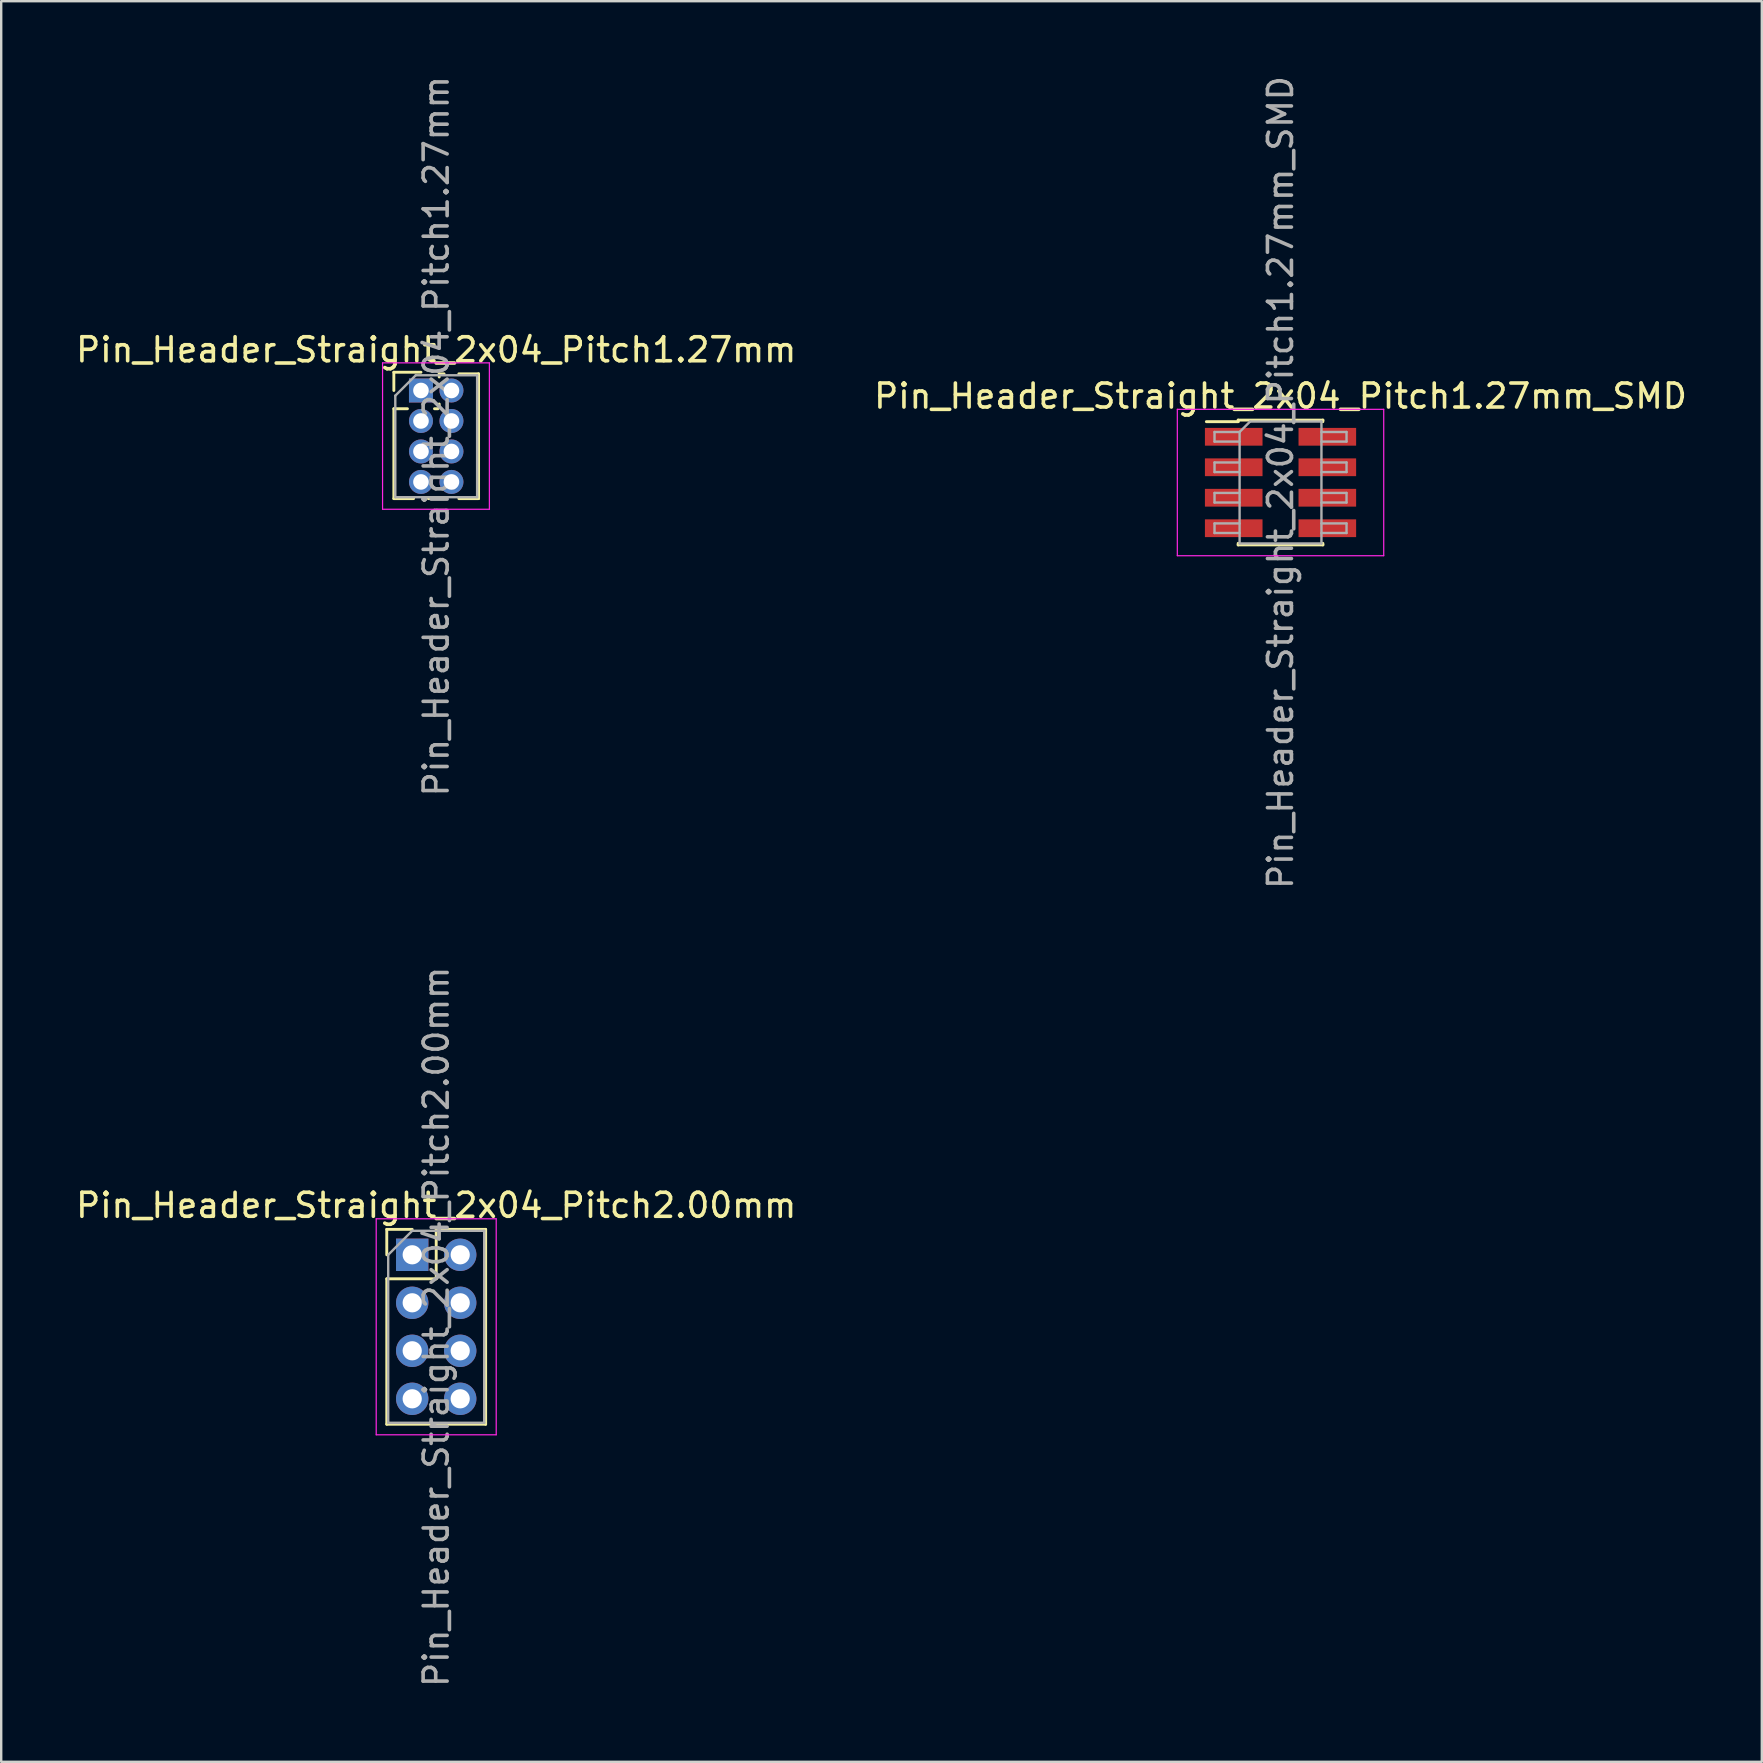
<source format=kicad_pcb>
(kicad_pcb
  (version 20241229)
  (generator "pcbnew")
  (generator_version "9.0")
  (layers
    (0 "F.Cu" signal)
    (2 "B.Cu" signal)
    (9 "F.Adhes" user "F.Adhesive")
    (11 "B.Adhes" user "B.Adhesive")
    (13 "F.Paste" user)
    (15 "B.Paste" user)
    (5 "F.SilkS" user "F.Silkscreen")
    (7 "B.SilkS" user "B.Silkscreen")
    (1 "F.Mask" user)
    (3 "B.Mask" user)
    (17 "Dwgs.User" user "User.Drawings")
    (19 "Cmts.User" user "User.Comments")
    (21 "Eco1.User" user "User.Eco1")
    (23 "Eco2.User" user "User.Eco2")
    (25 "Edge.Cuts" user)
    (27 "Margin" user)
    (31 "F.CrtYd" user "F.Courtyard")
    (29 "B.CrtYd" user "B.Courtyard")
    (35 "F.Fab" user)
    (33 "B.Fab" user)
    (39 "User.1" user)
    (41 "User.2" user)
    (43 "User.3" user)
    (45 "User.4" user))
  (footprint "Pin_Header_Straight_2x04_Pitch1.27mm"
    (layer "F.Cu")
    (at 14.49 13.22)
    (property "Reference" "Pin_Header_Straight_2x04_Pitch1.27mm" (at 0.635 -1.695 0) (layer "F.SilkS") (effects (font (size 1 1) (thickness 0.15))))
    (attr through_hole)
    (fp_line (start -1.13 -0.76) (end 0 -0.76) (stroke (width 0.12) (type solid)) (layer "F.SilkS"))
    (fp_line (start -1.13 0) (end -1.13 -0.76) (stroke (width 0.12) (type solid)) (layer "F.SilkS"))
    (fp_line (start -1.13 0.76) (end -1.13 4.505) (stroke (width 0.12) (type solid)) (layer "F.SilkS"))
    (fp_line (start -1.13 0.76) (end -0.563 0.76) (stroke (width 0.12) (type solid)) (layer "F.SilkS"))
    (fp_line (start -1.13 4.505) (end -0.308 4.505) (stroke (width 0.12) (type solid)) (layer "F.SilkS"))
    (fp_line (start 0.308 4.505) (end 0.962 4.505) (stroke (width 0.12) (type solid)) (layer "F.SilkS"))
    (fp_line (start 0.563 0.76) (end 0.707 0.76) (stroke (width 0.12) (type solid)) (layer "F.SilkS"))
    (fp_line (start 0.76 -0.695) (end 0.962 -0.695) (stroke (width 0.12) (type solid)) (layer "F.SilkS"))
    (fp_line (start 0.76 -0.563) (end 0.76 -0.695) (stroke (width 0.12) (type solid)) (layer "F.SilkS"))
    (fp_line (start 0.76 0.707) (end 0.76 0.563) (stroke (width 0.12) (type solid)) (layer "F.SilkS"))
    (fp_line (start 1.578 -0.695) (end 2.4 -0.695) (stroke (width 0.12) (type solid)) (layer "F.SilkS"))
    (fp_line (start 1.578 4.505) (end 2.4 4.505) (stroke (width 0.12) (type solid)) (layer "F.SilkS"))
    (fp_line (start 2.4 -0.695) (end 2.4 4.505) (stroke (width 0.12) (type solid)) (layer "F.SilkS"))
    (fp_line (start -1.6 -1.15) (end -1.6 4.95) (stroke (width 0.05) (type solid)) (layer "F.CrtYd"))
    (fp_line (start -1.6 4.95) (end 2.85 4.95) (stroke (width 0.05) (type solid)) (layer "F.CrtYd"))
    (fp_line (start 2.85 -1.15) (end -1.6 -1.15) (stroke (width 0.05) (type solid)) (layer "F.CrtYd"))
    (fp_line (start 2.85 4.95) (end 2.85 -1.15) (stroke (width 0.05) (type solid)) (layer "F.CrtYd"))
    (fp_line (start -1.07 0.217) (end -0.217 -0.635) (stroke (width 0.1) (type solid)) (layer "F.Fab"))
    (fp_line (start -1.07 4.445) (end -1.07 0.217) (stroke (width 0.1) (type solid)) (layer "F.Fab"))
    (fp_line (start -0.217 -0.635) (end 2.34 -0.635) (stroke (width 0.1) (type solid)) (layer "F.Fab"))
    (fp_line (start 2.34 -0.635) (end 2.34 4.445) (stroke (width 0.1) (type solid)) (layer "F.Fab"))
    (fp_line (start 2.34 4.445) (end -1.07 4.445) (stroke (width 0.1) (type solid)) (layer "F.Fab"))
    (fp_text user "${REFERENCE}" (at 0.635 1.905 90) (layer "F.Fab") (effects (font (size 1 1) (thickness 0.15))))
    (pad "1" thru_hole rect (at 0 0) (size 1 1) (drill 0.65) (layers "*.Cu" "*.Mask"))
    (pad "2" thru_hole oval (at 1.27 0) (size 1 1) (drill 0.65) (layers "*.Cu" "*.Mask"))
    (pad "3" thru_hole oval (at 0 1.27) (size 1 1) (drill 0.65) (layers "*.Cu" "*.Mask"))
    (pad "4" thru_hole oval (at 1.27 1.27) (size 1 1) (drill 0.65) (layers "*.Cu" "*.Mask"))
    (pad "5" thru_hole oval (at 0 2.54) (size 1 1) (drill 0.65) (layers "*.Cu" "*.Mask"))
    (pad "6" thru_hole oval (at 1.27 2.54) (size 1 1) (drill 0.65) (layers "*.Cu" "*.Mask"))
    (pad "7" thru_hole oval (at 0 3.81) (size 1 1) (drill 0.65) (layers "*.Cu" "*.Mask"))
    (pad "8" thru_hole oval (at 1.27 3.81) (size 1 1) (drill 0.65) (layers "*.Cu" "*.Mask")))
  (footprint "Pin_Header_Straight_2x04_Pitch2.00mm"
    (layer "F.Cu")
    (at 14.125 49.232)
    (property "Reference" "Pin_Header_Straight_2x04_Pitch2.00mm" (at 1 -2.06 0) (layer "F.SilkS") (effects (font (size 1 1) (thickness 0.15))))
    (attr through_hole)
    (fp_line (start -1.06 -1.06) (end 0 -1.06) (stroke (width 0.12) (type solid)) (layer "F.SilkS"))
    (fp_line (start -1.06 0) (end -1.06 -1.06) (stroke (width 0.12) (type solid)) (layer "F.SilkS"))
    (fp_line (start -1.06 1) (end -1.06 7.06) (stroke (width 0.12) (type solid)) (layer "F.SilkS"))
    (fp_line (start -1.06 1) (end 1 1) (stroke (width 0.12) (type solid)) (layer "F.SilkS"))
    (fp_line (start -1.06 7.06) (end 3.06 7.06) (stroke (width 0.12) (type solid)) (layer "F.SilkS"))
    (fp_line (start 1 -1.06) (end 3.06 -1.06) (stroke (width 0.12) (type solid)) (layer "F.SilkS"))
    (fp_line (start 1 1) (end 1 -1.06) (stroke (width 0.12) (type solid)) (layer "F.SilkS"))
    (fp_line (start 3.06 -1.06) (end 3.06 7.06) (stroke (width 0.12) (type solid)) (layer "F.SilkS"))
    (fp_line (start -1.5 -1.5) (end -1.5 7.5) (stroke (width 0.05) (type solid)) (layer "F.CrtYd"))
    (fp_line (start -1.5 7.5) (end 3.5 7.5) (stroke (width 0.05) (type solid)) (layer "F.CrtYd"))
    (fp_line (start 3.5 -1.5) (end -1.5 -1.5) (stroke (width 0.05) (type solid)) (layer "F.CrtYd"))
    (fp_line (start 3.5 7.5) (end 3.5 -1.5) (stroke (width 0.05) (type solid)) (layer "F.CrtYd"))
    (fp_line (start -1 0) (end 0 -1) (stroke (width 0.1) (type solid)) (layer "F.Fab"))
    (fp_line (start -1 7) (end -1 0) (stroke (width 0.1) (type solid)) (layer "F.Fab"))
    (fp_line (start 0 -1) (end 3 -1) (stroke (width 0.1) (type solid)) (layer "F.Fab"))
    (fp_line (start 3 -1) (end 3 7) (stroke (width 0.1) (type solid)) (layer "F.Fab"))
    (fp_line (start 3 7) (end -1 7) (stroke (width 0.1) (type solid)) (layer "F.Fab"))
    (fp_text user "${REFERENCE}" (at 1 3 90) (layer "F.Fab") (effects (font (size 1 1) (thickness 0.15))))
    (pad "1" thru_hole rect (at 0 0) (size 1.35 1.35) (drill 0.8) (layers "*.Cu" "*.Mask"))
    (pad "2" thru_hole oval (at 2 0) (size 1.35 1.35) (drill 0.8) (layers "*.Cu" "*.Mask"))
    (pad "3" thru_hole oval (at 0 2) (size 1.35 1.35) (drill 0.8) (layers "*.Cu" "*.Mask"))
    (pad "4" thru_hole oval (at 2 2) (size 1.35 1.35) (drill 0.8) (layers "*.Cu" "*.Mask"))
    (pad "5" thru_hole oval (at 0 4) (size 1.35 1.35) (drill 0.8) (layers "*.Cu" "*.Mask"))
    (pad "6" thru_hole oval (at 2 4) (size 1.35 1.35) (drill 0.8) (layers "*.Cu" "*.Mask"))
    (pad "7" thru_hole oval (at 0 6) (size 1.35 1.35) (drill 0.8) (layers "*.Cu" "*.Mask"))
    (pad "8" thru_hole oval (at 2 6) (size 1.35 1.35) (drill 0.8) (layers "*.Cu" "*.Mask")))
  (footprint "Pin_Header_Straight_2x04_Pitch1.27mm_SMD"
    (layer "F.Cu")
    (at 50.304 17.054)
    (property "Reference" "Pin_Header_Straight_2x04_Pitch1.27mm_SMD" (at 0 -3.6 0) (layer "F.SilkS") (effects (font (size 1 1) (thickness 0.15))))
    (attr smd)
    (fp_line (start -3.09 -2.535) (end -1.765 -2.535) (stroke (width 0.12) (type solid)) (layer "F.SilkS"))
    (fp_line (start -1.765 -2.6) (end -1.765 -2.535) (stroke (width 0.12) (type solid)) (layer "F.SilkS"))
    (fp_line (start -1.765 -2.6) (end 1.765 -2.6) (stroke (width 0.12) (type solid)) (layer "F.SilkS"))
    (fp_line (start -1.765 2.535) (end -1.765 2.6) (stroke (width 0.12) (type solid)) (layer "F.SilkS"))
    (fp_line (start -1.765 2.6) (end 1.765 2.6) (stroke (width 0.12) (type solid)) (layer "F.SilkS"))
    (fp_line (start 1.765 -2.6) (end 1.765 -2.535) (stroke (width 0.12) (type solid)) (layer "F.SilkS"))
    (fp_line (start 1.765 2.535) (end 1.765 2.6) (stroke (width 0.12) (type solid)) (layer "F.SilkS"))
    (fp_line (start -4.3 -3.05) (end -4.3 3.05) (stroke (width 0.05) (type solid)) (layer "F.CrtYd"))
    (fp_line (start -4.3 3.05) (end 4.3 3.05) (stroke (width 0.05) (type solid)) (layer "F.CrtYd"))
    (fp_line (start 4.3 -3.05) (end -4.3 -3.05) (stroke (width 0.05) (type solid)) (layer "F.CrtYd"))
    (fp_line (start 4.3 3.05) (end 4.3 -3.05) (stroke (width 0.05) (type solid)) (layer "F.CrtYd"))
    (fp_line (start -2.75 -2.105) (end -2.75 -1.705) (stroke (width 0.1) (type solid)) (layer "F.Fab"))
    (fp_line (start -2.75 -1.705) (end -1.705 -1.705) (stroke (width 0.1) (type solid)) (layer "F.Fab"))
    (fp_line (start -2.75 -0.835) (end -2.75 -0.435) (stroke (width 0.1) (type solid)) (layer "F.Fab"))
    (fp_line (start -2.75 -0.435) (end -1.705 -0.435) (stroke (width 0.1) (type solid)) (layer "F.Fab"))
    (fp_line (start -2.75 0.435) (end -2.75 0.835) (stroke (width 0.1) (type solid)) (layer "F.Fab"))
    (fp_line (start -2.75 0.835) (end -1.705 0.835) (stroke (width 0.1) (type solid)) (layer "F.Fab"))
    (fp_line (start -2.75 1.705) (end -2.75 2.105) (stroke (width 0.1) (type solid)) (layer "F.Fab"))
    (fp_line (start -2.75 2.105) (end -1.705 2.105) (stroke (width 0.1) (type solid)) (layer "F.Fab"))
    (fp_line (start -1.705 -2.105) (end -2.75 -2.105) (stroke (width 0.1) (type solid)) (layer "F.Fab"))
    (fp_line (start -1.705 -2.105) (end -1.27 -2.54) (stroke (width 0.1) (type solid)) (layer "F.Fab"))
    (fp_line (start -1.705 -0.835) (end -2.75 -0.835) (stroke (width 0.1) (type solid)) (layer "F.Fab"))
    (fp_line (start -1.705 0.435) (end -2.75 0.435) (stroke (width 0.1) (type solid)) (layer "F.Fab"))
    (fp_line (start -1.705 1.705) (end -2.75 1.705) (stroke (width 0.1) (type solid)) (layer "F.Fab"))
    (fp_line (start -1.705 2.54) (end -1.705 -2.105) (stroke (width 0.1) (type solid)) (layer "F.Fab"))
    (fp_line (start -1.27 -2.54) (end 1.705 -2.54) (stroke (width 0.1) (type solid)) (layer "F.Fab"))
    (fp_line (start 1.705 -2.54) (end 1.705 2.54) (stroke (width 0.1) (type solid)) (layer "F.Fab"))
    (fp_line (start 1.705 -2.105) (end 2.75 -2.105) (stroke (width 0.1) (type solid)) (layer "F.Fab"))
    (fp_line (start 1.705 -0.835) (end 2.75 -0.835) (stroke (width 0.1) (type solid)) (layer "F.Fab"))
    (fp_line (start 1.705 0.435) (end 2.75 0.435) (stroke (width 0.1) (type solid)) (layer "F.Fab"))
    (fp_line (start 1.705 1.705) (end 2.75 1.705) (stroke (width 0.1) (type solid)) (layer "F.Fab"))
    (fp_line (start 1.705 2.54) (end -1.705 2.54) (stroke (width 0.1) (type solid)) (layer "F.Fab"))
    (fp_line (start 2.75 -2.105) (end 2.75 -1.705) (stroke (width 0.1) (type solid)) (layer "F.Fab"))
    (fp_line (start 2.75 -1.705) (end 1.705 -1.705) (stroke (width 0.1) (type solid)) (layer "F.Fab"))
    (fp_line (start 2.75 -0.835) (end 2.75 -0.435) (stroke (width 0.1) (type solid)) (layer "F.Fab"))
    (fp_line (start 2.75 -0.435) (end 1.705 -0.435) (stroke (width 0.1) (type solid)) (layer "F.Fab"))
    (fp_line (start 2.75 0.435) (end 2.75 0.835) (stroke (width 0.1) (type solid)) (layer "F.Fab"))
    (fp_line (start 2.75 0.835) (end 1.705 0.835) (stroke (width 0.1) (type solid)) (layer "F.Fab"))
    (fp_line (start 2.75 1.705) (end 2.75 2.105) (stroke (width 0.1) (type solid)) (layer "F.Fab"))
    (fp_line (start 2.75 2.105) (end 1.705 2.105) (stroke (width 0.1) (type solid)) (layer "F.Fab"))
    (fp_text user "${REFERENCE}" (at 0 0 90) (layer "F.Fab") (effects (font (size 1 1) (thickness 0.15))))
    (pad "1" smd rect (at -1.95 -1.905) (size 2.4 0.74) (layers "F.Cu" "F.Mask" "F.Paste"))
    (pad "2" smd rect (at 1.95 -1.905) (size 2.4 0.74) (layers "F.Cu" "F.Mask" "F.Paste"))
    (pad "3" smd rect (at -1.95 -0.635) (size 2.4 0.74) (layers "F.Cu" "F.Mask" "F.Paste"))
    (pad "4" smd rect (at 1.95 -0.635) (size 2.4 0.74) (layers "F.Cu" "F.Mask" "F.Paste"))
    (pad "5" smd rect (at -1.95 0.635) (size 2.4 0.74) (layers "F.Cu" "F.Mask" "F.Paste"))
    (pad "6" smd rect (at 1.95 0.635) (size 2.4 0.74) (layers "F.Cu" "F.Mask" "F.Paste"))
    (pad "7" smd rect (at -1.95 1.905) (size 2.4 0.74) (layers "F.Cu" "F.Mask" "F.Paste"))
    (pad "8" smd rect (at 1.95 1.905) (size 2.4 0.74) (layers "F.Cu" "F.Mask" "F.Paste")))
  (gr_rect
    (start -3 -3)
    (end 70.357 70.357)
    (stroke (width 0.1) (type default))
    (fill no)
    (layer "Edge.Cuts")))
</source>
